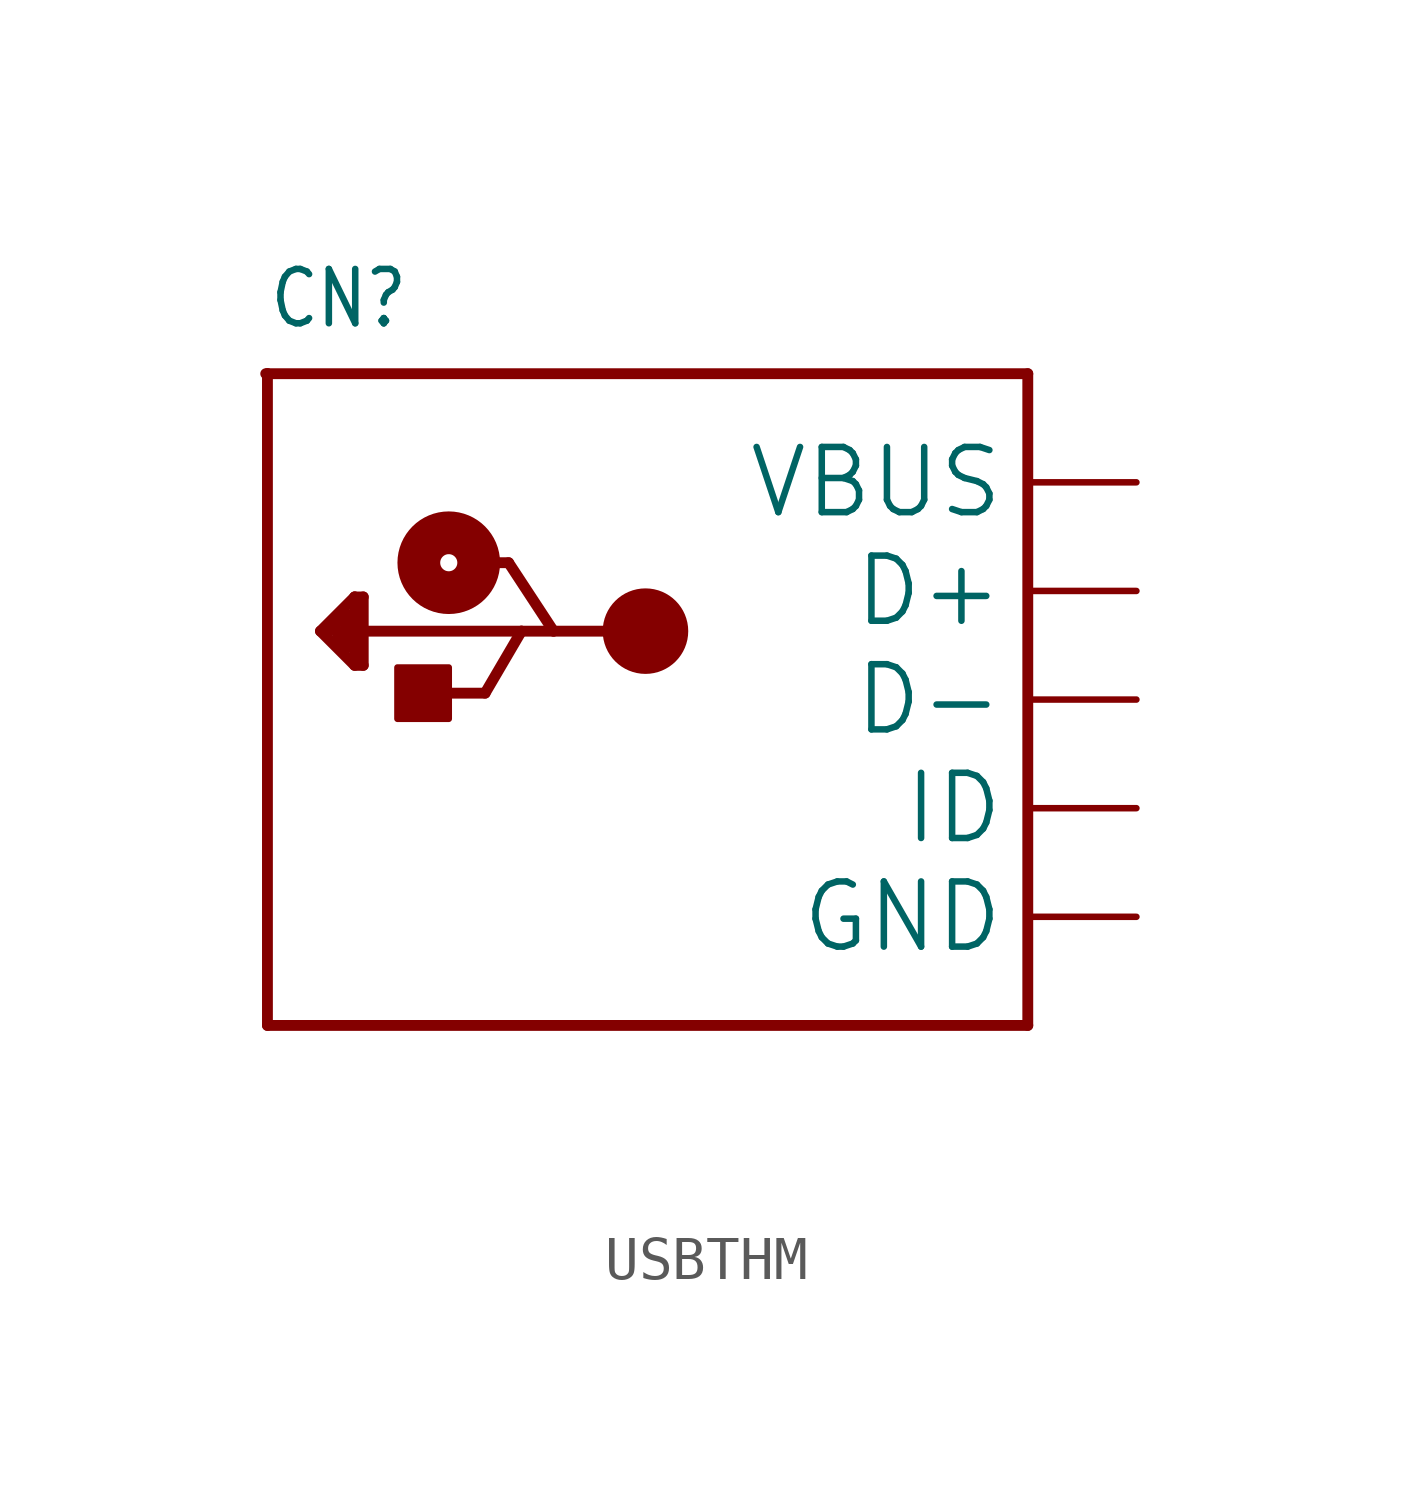
<source format=kicad_sym>
(kicad_symbol_lib
  (version 20241209)
  (generator "kicad_symbol_editor")
  (generator_version "9.0")
  (symbol "USBTHM"
    (property "Reference" "CN"
      (at -10.16 8.636 0)
      (effects (font (size 1.27 1.079)) (justify left bottom)))
    (property "Value" ""
      (at -10.16 -10.16 0)
      (effects (font (size 1.27 1.079)) (justify left bottom)))
    (property "ki_locked" ""
      (at 0 0 0)
      (effects (font (size 1.27 1.27))))
    (symbol "USBTHM_1_0"
      (polyline (pts (xy -10.2 7.62) (xy -10.16 7.62)) (stroke (width 0.254) (type solid)) (fill (type none)))
      (polyline (pts (xy -10.16 7.62) (xy -10.16 -7.62)) (stroke (width 0.254) (type solid)) (fill (type none)))
      (polyline (pts (xy -10.16 7.62) (xy 7.62 7.62)) (stroke (width 0.254) (type solid)) (fill (type none)))
      (polyline (pts (xy -10.16 -7.62) (xy 7.62 -7.62)) (stroke (width 0.254) (type solid)) (fill (type none)))
      (polyline (pts (xy -8.92 1.6) (xy -8.12 2.4)) (stroke (width 0.254) (type solid)) (fill (type none)))
      (polyline (pts (xy -8.52 1.6) (xy -8.52 1.4)) (stroke (width 0.254) (type solid)) (fill (type none)))
      (polyline (pts (xy -8.52 1.4) (xy -8.32 1.2)) (stroke (width 0.254) (type solid)) (fill (type none)))
      (polyline (pts (xy -8.32 2) (xy -8.72 1.6)) (stroke (width 0.254) (type solid)) (fill (type none)))
      (polyline (pts (xy -8.32 1.2) (xy -8.32 2)) (stroke (width 0.254) (type solid)) (fill (type none)))
      (polyline (pts (xy -8.12 2.4) (xy -7.92 2.4)) (stroke (width 0.254) (type solid)) (fill (type none)))
      (polyline (pts (xy -8.12 1) (xy -8.12 2.4)) (stroke (width 0.254) (type solid)) (fill (type none)))
      (polyline (pts (xy -8.12 0.8) (xy -8.92 1.6)) (stroke (width 0.254) (type solid)) (fill (type none)))
      (polyline (pts (xy -7.92 2.4) (xy -7.92 1.6)) (stroke (width 0.254) (type solid)) (fill (type none)))
      (polyline (pts (xy -7.92 1.6) (xy -7.92 0.8)) (stroke (width 0.254) (type solid)) (fill (type none)))
      (polyline (pts (xy -7.92 0.8) (xy -8.12 0.8)) (stroke (width 0.254) (type solid)) (fill (type none)))
      (rectangle (start -7.12 -0.45) (end -5.92 0.75) (stroke (width 0) (type default)) (fill (type outline)))
      (polyline (pts (xy -6.27 0.15) (xy -5.07 0.15)) (stroke (width 0.254) (type solid)) (fill (type none)))
      (circle (center -5.92 3.2) (radius 0.2) (stroke (width 1) (type solid)) (fill (type none)))
      (polyline (pts (xy -5.52 3.2) (xy -4.52 3.2)) (stroke (width 0.254) (type solid)) (fill (type none)))
      (polyline (pts (xy -5.07 0.15) (xy -4.22 1.6)) (stroke (width 0.254) (type solid)) (fill (type none)))
      (polyline (pts (xy -4.52 3.2) (xy -3.47 1.6)) (stroke (width 0.254) (type solid)) (fill (type none)))
      (polyline (pts (xy -4.22 1.6) (xy -7.92 1.6)) (stroke (width 0.254) (type solid)) (fill (type none)))
      (polyline (pts (xy -3.47 1.6) (xy -4.22 1.6)) (stroke (width 0.254) (type solid)) (fill (type none)))
      (circle (center -1.32 1.6) (radius 0.5) (stroke (width 1) (type solid)) (fill (type none)))
      (polyline (pts (xy -1.32 1.6) (xy -3.47 1.6)) (stroke (width 0.254) (type solid)) (fill (type none)))
      (polyline (pts (xy 7.62 7.62) (xy 7.62 -7.62)) (stroke (width 0.254) (type solid)) (fill (type none)))
      (pin power_in line (at 10.16 5.08 180) (length 2.54) (name "VBUS" (effects (font (size 1.524 1.524)))) (number "VBUS" (effects (font (size 0 0)))))
      (pin bidirectional line (at 10.16 2.54 180) (length 2.54) (name "D+" (effects (font (size 1.524 1.524)))) (number "D+" (effects (font (size 0 0)))))
      (pin bidirectional line (at 10.16 0 180) (length 2.54) (name "D-" (effects (font (size 1.524 1.524)))) (number "D-" (effects (font (size 0 0)))))
      (pin bidirectional line (at 10.16 -2.54 180) (length 2.54) (name "ID" (effects (font (size 1.524 1.524)))) (number "ID" (effects (font (size 0 0)))))
      (pin power_in line (at 10.16 -5.08 180) (length 2.54) (name "GND" (effects (font (size 1.524 1.524)))) (number "GND" (effects (font (size 0 0))))))))
</source>
